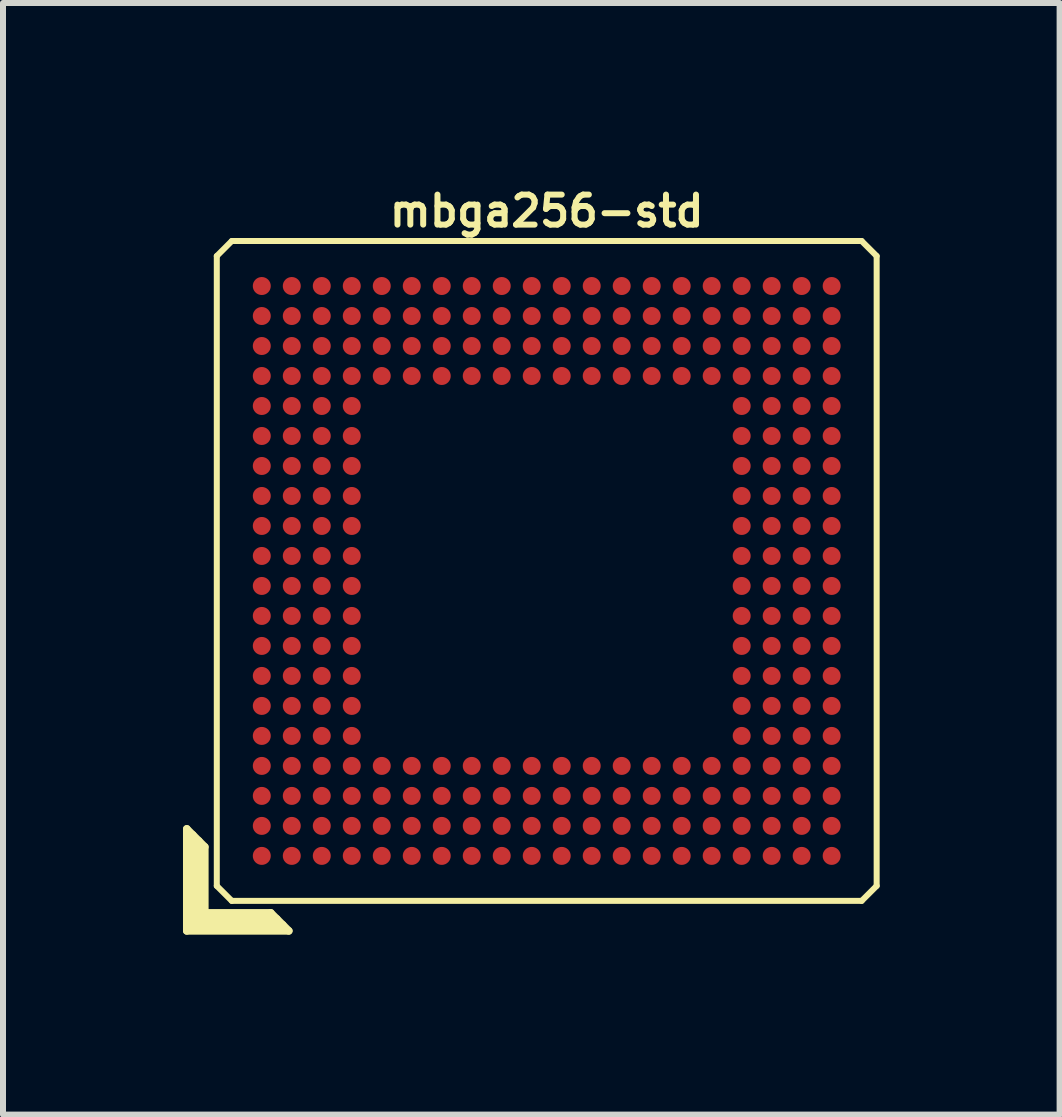
<source format=kicad_pcb>
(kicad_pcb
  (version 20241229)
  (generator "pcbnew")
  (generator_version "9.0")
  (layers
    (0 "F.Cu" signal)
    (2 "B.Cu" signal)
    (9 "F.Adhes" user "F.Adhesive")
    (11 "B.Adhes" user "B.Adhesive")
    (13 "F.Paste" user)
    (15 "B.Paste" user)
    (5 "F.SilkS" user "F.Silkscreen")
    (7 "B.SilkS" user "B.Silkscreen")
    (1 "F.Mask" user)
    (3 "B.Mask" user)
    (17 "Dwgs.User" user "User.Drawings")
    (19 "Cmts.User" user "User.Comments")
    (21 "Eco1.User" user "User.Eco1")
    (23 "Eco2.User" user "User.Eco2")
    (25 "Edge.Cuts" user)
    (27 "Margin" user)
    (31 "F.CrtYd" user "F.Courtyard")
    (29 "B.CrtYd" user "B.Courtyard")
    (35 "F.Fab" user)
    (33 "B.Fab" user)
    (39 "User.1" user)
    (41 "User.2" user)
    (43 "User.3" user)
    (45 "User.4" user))
  (footprint "mbga256-std"
    (layer "F.Cu")
    (at 6.064 6.468)
    (property "Reference" "mbga256-std" (at 0 -6 0) (layer "F.SilkS") (effects (font (size 0.5 0.5) (thickness 0.1))))
    (attr through_hole)
    (fp_line (start -6 4.3) (end -5.7 4.6) (stroke (width 0.127) (type solid)) (layer "F.SilkS"))
    (fp_line (start -6 6) (end -6 4.3) (stroke (width 0.127) (type solid)) (layer "F.SilkS"))
    (fp_line (start -5.9 4.4) (end -5.9 5.9) (stroke (width 0.127) (type solid)) (layer "F.SilkS"))
    (fp_line (start -5.9 5.9) (end -4.4 5.9) (stroke (width 0.127) (type solid)) (layer "F.SilkS"))
    (fp_line (start -5.8 5.8) (end -5.8 4.5) (stroke (width 0.127) (type solid)) (layer "F.SilkS"))
    (fp_line (start -5.7 4.6) (end -5.7 5.7) (stroke (width 0.127) (type solid)) (layer "F.SilkS"))
    (fp_line (start -5.7 5.7) (end -4.6 5.7) (stroke (width 0.127) (type solid)) (layer "F.SilkS"))
    (fp_line (start -5.5 -5.25) (end -5.5 5.25) (stroke (width 0.1) (type solid)) (layer "F.SilkS"))
    (fp_line (start -5.5 -5.25) (end -5.25 -5.5) (stroke (width 0.1) (type solid)) (layer "F.SilkS"))
    (fp_line (start -5.25 5.5) (end -5.5 5.25) (stroke (width 0.1) (type solid)) (layer "F.SilkS"))
    (fp_line (start -5.25 5.5) (end 5.25 5.5) (stroke (width 0.1) (type solid)) (layer "F.SilkS"))
    (fp_line (start -4.6 5.7) (end -4.3 6) (stroke (width 0.127) (type solid)) (layer "F.SilkS"))
    (fp_line (start -4.5 5.8) (end -5.8 5.8) (stroke (width 0.127) (type solid)) (layer "F.SilkS"))
    (fp_line (start -4.3 6) (end -6 6) (stroke (width 0.127) (type solid)) (layer "F.SilkS"))
    (fp_line (start 5.25 -5.5) (end -5.25 -5.5) (stroke (width 0.1) (type solid)) (layer "F.SilkS"))
    (fp_line (start 5.25 -5.5) (end 5.5 -5.25) (stroke (width 0.1) (type solid)) (layer "F.SilkS"))
    (fp_line (start 5.5 5.25) (end 5.25 5.5) (stroke (width 0.1) (type solid)) (layer "F.SilkS"))
    (fp_line (start 5.5 5.25) (end 5.5 -5.25) (stroke (width 0.1) (type solid)) (layer "F.SilkS"))
    (pad "A1" smd circle (at -4.75 4.75) (size 0.3 0.3) (layers "F.Cu" "F.Mask" "F.Paste"))
    (pad "A2" smd circle (at -4.75 4.25) (size 0.3 0.3) (layers "F.Cu" "F.Mask" "F.Paste"))
    (pad "A3" smd circle (at -4.75 3.75) (size 0.3 0.3) (layers "F.Cu" "F.Mask" "F.Paste"))
    (pad "A4" smd circle (at -4.75 3.25) (size 0.3 0.3) (layers "F.Cu" "F.Mask" "F.Paste"))
    (pad "A5" smd circle (at -4.75 2.75) (size 0.3 0.3) (layers "F.Cu" "F.Mask" "F.Paste"))
    (pad "A6" smd circle (at -4.75 2.25) (size 0.3 0.3) (layers "F.Cu" "F.Mask" "F.Paste"))
    (pad "A7" smd circle (at -4.75 1.75) (size 0.3 0.3) (layers "F.Cu" "F.Mask" "F.Paste"))
    (pad "A8" smd circle (at -4.75 1.25) (size 0.3 0.3) (layers "F.Cu" "F.Mask" "F.Paste"))
    (pad "A9" smd circle (at -4.75 0.75) (size 0.3 0.3) (layers "F.Cu" "F.Mask" "F.Paste"))
    (pad "A10" smd circle (at -4.75 0.25) (size 0.3 0.3) (layers "F.Cu" "F.Mask" "F.Paste"))
    (pad "A11" smd circle (at -4.75 -0.25) (size 0.3 0.3) (layers "F.Cu" "F.Mask" "F.Paste"))
    (pad "A12" smd circle (at -4.75 -0.75) (size 0.3 0.3) (layers "F.Cu" "F.Mask" "F.Paste"))
    (pad "A13" smd circle (at -4.75 -1.25) (size 0.3 0.3) (layers "F.Cu" "F.Mask" "F.Paste"))
    (pad "A14" smd circle (at -4.75 -1.75) (size 0.3 0.3) (layers "F.Cu" "F.Mask" "F.Paste"))
    (pad "A15" smd circle (at -4.75 -2.25) (size 0.3 0.3) (layers "F.Cu" "F.Mask" "F.Paste"))
    (pad "A16" smd circle (at -4.75 -2.75) (size 0.3 0.3) (layers "F.Cu" "F.Mask" "F.Paste"))
    (pad "A17" smd circle (at -4.75 -3.25) (size 0.3 0.3) (layers "F.Cu" "F.Mask" "F.Paste"))
    (pad "A18" smd circle (at -4.75 -3.75) (size 0.3 0.3) (layers "F.Cu" "F.Mask" "F.Paste"))
    (pad "A19" smd circle (at -4.75 -4.25) (size 0.3 0.3) (layers "F.Cu" "F.Mask" "F.Paste"))
    (pad "A20" smd circle (at -4.75 -4.75) (size 0.3 0.3) (layers "F.Cu" "F.Mask" "F.Paste"))
    (pad "B1" smd circle (at -4.25 4.75) (size 0.3 0.3) (layers "F.Cu" "F.Mask" "F.Paste"))
    (pad "B2" smd circle (at -4.25 4.25) (size 0.3 0.3) (layers "F.Cu" "F.Mask" "F.Paste"))
    (pad "B3" smd circle (at -4.25 3.75) (size 0.3 0.3) (layers "F.Cu" "F.Mask" "F.Paste"))
    (pad "B4" smd circle (at -4.25 3.25) (size 0.3 0.3) (layers "F.Cu" "F.Mask" "F.Paste"))
    (pad "B5" smd circle (at -4.25 2.75) (size 0.3 0.3) (layers "F.Cu" "F.Mask" "F.Paste"))
    (pad "B6" smd circle (at -4.25 2.25) (size 0.3 0.3) (layers "F.Cu" "F.Mask" "F.Paste"))
    (pad "B7" smd circle (at -4.25 1.75) (size 0.3 0.3) (layers "F.Cu" "F.Mask" "F.Paste"))
    (pad "B8" smd circle (at -4.25 1.25) (size 0.3 0.3) (layers "F.Cu" "F.Mask" "F.Paste"))
    (pad "B9" smd circle (at -4.25 0.75) (size 0.3 0.3) (layers "F.Cu" "F.Mask" "F.Paste"))
    (pad "B10" smd circle (at -4.25 0.25) (size 0.3 0.3) (layers "F.Cu" "F.Mask" "F.Paste"))
    (pad "B11" smd circle (at -4.25 -0.25) (size 0.3 0.3) (layers "F.Cu" "F.Mask" "F.Paste"))
    (pad "B12" smd circle (at -4.25 -0.75) (size 0.3 0.3) (layers "F.Cu" "F.Mask" "F.Paste"))
    (pad "B13" smd circle (at -4.25 -1.25) (size 0.3 0.3) (layers "F.Cu" "F.Mask" "F.Paste"))
    (pad "B14" smd circle (at -4.25 -1.75) (size 0.3 0.3) (layers "F.Cu" "F.Mask" "F.Paste"))
    (pad "B15" smd circle (at -4.25 -2.25) (size 0.3 0.3) (layers "F.Cu" "F.Mask" "F.Paste"))
    (pad "B16" smd circle (at -4.25 -2.75) (size 0.3 0.3) (layers "F.Cu" "F.Mask" "F.Paste"))
    (pad "B17" smd circle (at -4.25 -3.25) (size 0.3 0.3) (layers "F.Cu" "F.Mask" "F.Paste"))
    (pad "B18" smd circle (at -4.25 -3.75) (size 0.3 0.3) (layers "F.Cu" "F.Mask" "F.Paste"))
    (pad "B19" smd circle (at -4.25 -4.25) (size 0.3 0.3) (layers "F.Cu" "F.Mask" "F.Paste"))
    (pad "B20" smd circle (at -4.25 -4.75) (size 0.3 0.3) (layers "F.Cu" "F.Mask" "F.Paste"))
    (pad "C1" smd circle (at -3.75 4.75) (size 0.3 0.3) (layers "F.Cu" "F.Mask" "F.Paste"))
    (pad "C2" smd circle (at -3.75 4.25) (size 0.3 0.3) (layers "F.Cu" "F.Mask" "F.Paste"))
    (pad "C3" smd circle (at -3.75 3.75) (size 0.3 0.3) (layers "F.Cu" "F.Mask" "F.Paste"))
    (pad "C4" smd circle (at -3.75 3.25) (size 0.3 0.3) (layers "F.Cu" "F.Mask" "F.Paste"))
    (pad "C5" smd circle (at -3.75 2.75) (size 0.3 0.3) (layers "F.Cu" "F.Mask" "F.Paste"))
    (pad "C6" smd circle (at -3.75 2.25) (size 0.3 0.3) (layers "F.Cu" "F.Mask" "F.Paste"))
    (pad "C7" smd circle (at -3.75 1.75) (size 0.3 0.3) (layers "F.Cu" "F.Mask" "F.Paste"))
    (pad "C8" smd circle (at -3.75 1.25) (size 0.3 0.3) (layers "F.Cu" "F.Mask" "F.Paste"))
    (pad "C9" smd circle (at -3.75 0.75) (size 0.3 0.3) (layers "F.Cu" "F.Mask" "F.Paste"))
    (pad "C10" smd circle (at -3.75 0.25) (size 0.3 0.3) (layers "F.Cu" "F.Mask" "F.Paste"))
    (pad "C11" smd circle (at -3.75 -0.25) (size 0.3 0.3) (layers "F.Cu" "F.Mask" "F.Paste"))
    (pad "C12" smd circle (at -3.75 -0.75) (size 0.3 0.3) (layers "F.Cu" "F.Mask" "F.Paste"))
    (pad "C13" smd circle (at -3.75 -1.25) (size 0.3 0.3) (layers "F.Cu" "F.Mask" "F.Paste"))
    (pad "C14" smd circle (at -3.75 -1.75) (size 0.3 0.3) (layers "F.Cu" "F.Mask" "F.Paste"))
    (pad "C15" smd circle (at -3.75 -2.25) (size 0.3 0.3) (layers "F.Cu" "F.Mask" "F.Paste"))
    (pad "C16" smd circle (at -3.75 -2.75) (size 0.3 0.3) (layers "F.Cu" "F.Mask" "F.Paste"))
    (pad "C17" smd circle (at -3.75 -3.25) (size 0.3 0.3) (layers "F.Cu" "F.Mask" "F.Paste"))
    (pad "C18" smd circle (at -3.75 -3.75) (size 0.3 0.3) (layers "F.Cu" "F.Mask" "F.Paste"))
    (pad "C19" smd circle (at -3.75 -4.25) (size 0.3 0.3) (layers "F.Cu" "F.Mask" "F.Paste"))
    (pad "C20" smd circle (at -3.75 -4.75) (size 0.3 0.3) (layers "F.Cu" "F.Mask" "F.Paste"))
    (pad "D1" smd circle (at -3.25 4.75) (size 0.3 0.3) (layers "F.Cu" "F.Mask" "F.Paste"))
    (pad "D2" smd circle (at -3.25 4.25) (size 0.3 0.3) (layers "F.Cu" "F.Mask" "F.Paste"))
    (pad "D3" smd circle (at -3.25 3.75) (size 0.3 0.3) (layers "F.Cu" "F.Mask" "F.Paste"))
    (pad "D4" smd circle (at -3.25 3.25) (size 0.3 0.3) (layers "F.Cu" "F.Mask" "F.Paste"))
    (pad "D5" smd circle (at -3.25 2.75) (size 0.3 0.3) (layers "F.Cu" "F.Mask" "F.Paste"))
    (pad "D6" smd circle (at -3.25 2.25) (size 0.3 0.3) (layers "F.Cu" "F.Mask" "F.Paste"))
    (pad "D7" smd circle (at -3.25 1.75) (size 0.3 0.3) (layers "F.Cu" "F.Mask" "F.Paste"))
    (pad "D8" smd circle (at -3.25 1.25) (size 0.3 0.3) (layers "F.Cu" "F.Mask" "F.Paste"))
    (pad "D9" smd circle (at -3.25 0.75) (size 0.3 0.3) (layers "F.Cu" "F.Mask" "F.Paste"))
    (pad "D10" smd circle (at -3.25 0.25) (size 0.3 0.3) (layers "F.Cu" "F.Mask" "F.Paste"))
    (pad "D11" smd circle (at -3.25 -0.25) (size 0.3 0.3) (layers "F.Cu" "F.Mask" "F.Paste"))
    (pad "D12" smd circle (at -3.25 -0.75) (size 0.3 0.3) (layers "F.Cu" "F.Mask" "F.Paste"))
    (pad "D13" smd circle (at -3.25 -1.25) (size 0.3 0.3) (layers "F.Cu" "F.Mask" "F.Paste"))
    (pad "D14" smd circle (at -3.25 -1.75) (size 0.3 0.3) (layers "F.Cu" "F.Mask" "F.Paste"))
    (pad "D15" smd circle (at -3.25 -2.25) (size 0.3 0.3) (layers "F.Cu" "F.Mask" "F.Paste"))
    (pad "D16" smd circle (at -3.25 -2.75) (size 0.3 0.3) (layers "F.Cu" "F.Mask" "F.Paste"))
    (pad "D17" smd circle (at -3.25 -3.25) (size 0.3 0.3) (layers "F.Cu" "F.Mask" "F.Paste"))
    (pad "D18" smd circle (at -3.25 -3.75) (size 0.3 0.3) (layers "F.Cu" "F.Mask" "F.Paste"))
    (pad "D19" smd circle (at -3.25 -4.25) (size 0.3 0.3) (layers "F.Cu" "F.Mask" "F.Paste"))
    (pad "D20" smd circle (at -3.25 -4.75) (size 0.3 0.3) (layers "F.Cu" "F.Mask" "F.Paste"))
    (pad "E1" smd circle (at -2.75 4.75) (size 0.3 0.3) (layers "F.Cu" "F.Mask" "F.Paste"))
    (pad "E2" smd circle (at -2.75 4.25) (size 0.3 0.3) (layers "F.Cu" "F.Mask" "F.Paste"))
    (pad "E3" smd circle (at -2.75 3.75) (size 0.3 0.3) (layers "F.Cu" "F.Mask" "F.Paste"))
    (pad "E4" smd circle (at -2.75 3.25) (size 0.3 0.3) (layers "F.Cu" "F.Mask" "F.Paste"))
    (pad "E17" smd circle (at -2.75 -3.25) (size 0.3 0.3) (layers "F.Cu" "F.Mask" "F.Paste"))
    (pad "E18" smd circle (at -2.75 -3.75) (size 0.3 0.3) (layers "F.Cu" "F.Mask" "F.Paste"))
    (pad "E19" smd circle (at -2.75 -4.25) (size 0.3 0.3) (layers "F.Cu" "F.Mask" "F.Paste"))
    (pad "E20" smd circle (at -2.75 -4.75) (size 0.3 0.3) (layers "F.Cu" "F.Mask" "F.Paste"))
    (pad "F1" smd circle (at -2.25 4.75) (size 0.3 0.3) (layers "F.Cu" "F.Mask" "F.Paste"))
    (pad "F2" smd circle (at -2.25 4.25) (size 0.3 0.3) (layers "F.Cu" "F.Mask" "F.Paste"))
    (pad "F3" smd circle (at -2.25 3.75) (size 0.3 0.3) (layers "F.Cu" "F.Mask" "F.Paste"))
    (pad "F4" smd circle (at -2.25 3.25) (size 0.3 0.3) (layers "F.Cu" "F.Mask" "F.Paste"))
    (pad "F17" smd circle (at -2.25 -3.25) (size 0.3 0.3) (layers "F.Cu" "F.Mask" "F.Paste"))
    (pad "F18" smd circle (at -2.25 -3.75) (size 0.3 0.3) (layers "F.Cu" "F.Mask" "F.Paste"))
    (pad "F19" smd circle (at -2.25 -4.25) (size 0.3 0.3) (layers "F.Cu" "F.Mask" "F.Paste"))
    (pad "F20" smd circle (at -2.25 -4.75) (size 0.3 0.3) (layers "F.Cu" "F.Mask" "F.Paste"))
    (pad "G1" smd circle (at -1.75 4.75) (size 0.3 0.3) (layers "F.Cu" "F.Mask" "F.Paste"))
    (pad "G2" smd circle (at -1.75 4.25) (size 0.3 0.3) (layers "F.Cu" "F.Mask" "F.Paste"))
    (pad "G3" smd circle (at -1.75 3.75) (size 0.3 0.3) (layers "F.Cu" "F.Mask" "F.Paste"))
    (pad "G4" smd circle (at -1.75 3.25) (size 0.3 0.3) (layers "F.Cu" "F.Mask" "F.Paste"))
    (pad "G17" smd circle (at -1.75 -3.25) (size 0.3 0.3) (layers "F.Cu" "F.Mask" "F.Paste"))
    (pad "G18" smd circle (at -1.75 -3.75) (size 0.3 0.3) (layers "F.Cu" "F.Mask" "F.Paste"))
    (pad "G19" smd circle (at -1.75 -4.25) (size 0.3 0.3) (layers "F.Cu" "F.Mask" "F.Paste"))
    (pad "G20" smd circle (at -1.75 -4.75) (size 0.3 0.3) (layers "F.Cu" "F.Mask" "F.Paste"))
    (pad "H1" smd circle (at -1.25 4.75) (size 0.3 0.3) (layers "F.Cu" "F.Mask" "F.Paste"))
    (pad "H2" smd circle (at -1.25 4.25) (size 0.3 0.3) (layers "F.Cu" "F.Mask" "F.Paste"))
    (pad "H3" smd circle (at -1.25 3.75) (size 0.3 0.3) (layers "F.Cu" "F.Mask" "F.Paste"))
    (pad "H4" smd circle (at -1.25 3.25) (size 0.3 0.3) (layers "F.Cu" "F.Mask" "F.Paste"))
    (pad "H17" smd circle (at -1.25 -3.25) (size 0.3 0.3) (layers "F.Cu" "F.Mask" "F.Paste"))
    (pad "H18" smd circle (at -1.25 -3.75) (size 0.3 0.3) (layers "F.Cu" "F.Mask" "F.Paste"))
    (pad "H19" smd circle (at -1.25 -4.25) (size 0.3 0.3) (layers "F.Cu" "F.Mask" "F.Paste"))
    (pad "H20" smd circle (at -1.25 -4.75) (size 0.3 0.3) (layers "F.Cu" "F.Mask" "F.Paste"))
    (pad "J1" smd circle (at -0.75 4.75) (size 0.3 0.3) (layers "F.Cu" "F.Mask" "F.Paste"))
    (pad "J2" smd circle (at -0.75 4.25) (size 0.3 0.3) (layers "F.Cu" "F.Mask" "F.Paste"))
    (pad "J3" smd circle (at -0.75 3.75) (size 0.3 0.3) (layers "F.Cu" "F.Mask" "F.Paste"))
    (pad "J4" smd circle (at -0.75 3.25) (size 0.3 0.3) (layers "F.Cu" "F.Mask" "F.Paste"))
    (pad "J17" smd circle (at -0.75 -3.25) (size 0.3 0.3) (layers "F.Cu" "F.Mask" "F.Paste"))
    (pad "J18" smd circle (at -0.75 -3.75) (size 0.3 0.3) (layers "F.Cu" "F.Mask" "F.Paste"))
    (pad "J19" smd circle (at -0.75 -4.25) (size 0.3 0.3) (layers "F.Cu" "F.Mask" "F.Paste"))
    (pad "J20" smd circle (at -0.75 -4.75) (size 0.3 0.3) (layers "F.Cu" "F.Mask" "F.Paste"))
    (pad "K1" smd circle (at -0.25 4.75) (size 0.3 0.3) (layers "F.Cu" "F.Mask" "F.Paste"))
    (pad "K2" smd circle (at -0.25 4.25) (size 0.3 0.3) (layers "F.Cu" "F.Mask" "F.Paste"))
    (pad "K3" smd circle (at -0.25 3.75) (size 0.3 0.3) (layers "F.Cu" "F.Mask" "F.Paste"))
    (pad "K4" smd circle (at -0.25 3.25) (size 0.3 0.3) (layers "F.Cu" "F.Mask" "F.Paste"))
    (pad "K17" smd circle (at -0.25 -3.25) (size 0.3 0.3) (layers "F.Cu" "F.Mask" "F.Paste"))
    (pad "K18" smd circle (at -0.25 -3.75) (size 0.3 0.3) (layers "F.Cu" "F.Mask" "F.Paste"))
    (pad "K19" smd circle (at -0.25 -4.25) (size 0.3 0.3) (layers "F.Cu" "F.Mask" "F.Paste"))
    (pad "K20" smd circle (at -0.25 -4.75) (size 0.3 0.3) (layers "F.Cu" "F.Mask" "F.Paste"))
    (pad "L1" smd circle (at 0.25 4.75) (size 0.3 0.3) (layers "F.Cu" "F.Mask" "F.Paste"))
    (pad "L2" smd circle (at 0.25 4.25) (size 0.3 0.3) (layers "F.Cu" "F.Mask" "F.Paste"))
    (pad "L3" smd circle (at 0.25 3.75) (size 0.3 0.3) (layers "F.Cu" "F.Mask" "F.Paste"))
    (pad "L4" smd circle (at 0.25 3.25) (size 0.3 0.3) (layers "F.Cu" "F.Mask" "F.Paste"))
    (pad "L17" smd circle (at 0.25 -3.25) (size 0.3 0.3) (layers "F.Cu" "F.Mask" "F.Paste"))
    (pad "L18" smd circle (at 0.25 -3.75) (size 0.3 0.3) (layers "F.Cu" "F.Mask" "F.Paste"))
    (pad "L19" smd circle (at 0.25 -4.25) (size 0.3 0.3) (layers "F.Cu" "F.Mask" "F.Paste"))
    (pad "L20" smd circle (at 0.25 -4.75) (size 0.3 0.3) (layers "F.Cu" "F.Mask" "F.Paste"))
    (pad "M1" smd circle (at 0.75 4.75) (size 0.3 0.3) (layers "F.Cu" "F.Mask" "F.Paste"))
    (pad "M2" smd circle (at 0.75 4.25) (size 0.3 0.3) (layers "F.Cu" "F.Mask" "F.Paste"))
    (pad "M3" smd circle (at 0.75 3.75) (size 0.3 0.3) (layers "F.Cu" "F.Mask" "F.Paste"))
    (pad "M4" smd circle (at 0.75 3.25) (size 0.3 0.3) (layers "F.Cu" "F.Mask" "F.Paste"))
    (pad "M17" smd circle (at 0.75 -3.25) (size 0.3 0.3) (layers "F.Cu" "F.Mask" "F.Paste"))
    (pad "M18" smd circle (at 0.75 -3.75) (size 0.3 0.3) (layers "F.Cu" "F.Mask" "F.Paste"))
    (pad "M19" smd circle (at 0.75 -4.25) (size 0.3 0.3) (layers "F.Cu" "F.Mask" "F.Paste"))
    (pad "M20" smd circle (at 0.75 -4.75) (size 0.3 0.3) (layers "F.Cu" "F.Mask" "F.Paste"))
    (pad "N1" smd circle (at 1.25 4.75) (size 0.3 0.3) (layers "F.Cu" "F.Mask" "F.Paste"))
    (pad "N2" smd circle (at 1.25 4.25) (size 0.3 0.3) (layers "F.Cu" "F.Mask" "F.Paste"))
    (pad "N3" smd circle (at 1.25 3.75) (size 0.3 0.3) (layers "F.Cu" "F.Mask" "F.Paste"))
    (pad "N4" smd circle (at 1.25 3.25) (size 0.3 0.3) (layers "F.Cu" "F.Mask" "F.Paste"))
    (pad "N17" smd circle (at 1.25 -3.25) (size 0.3 0.3) (layers "F.Cu" "F.Mask" "F.Paste"))
    (pad "N18" smd circle (at 1.25 -3.75) (size 0.3 0.3) (layers "F.Cu" "F.Mask" "F.Paste"))
    (pad "N19" smd circle (at 1.25 -4.25) (size 0.3 0.3) (layers "F.Cu" "F.Mask" "F.Paste"))
    (pad "N20" smd circle (at 1.25 -4.75) (size 0.3 0.3) (layers "F.Cu" "F.Mask" "F.Paste"))
    (pad "P1" smd circle (at 1.75 4.75) (size 0.3 0.3) (layers "F.Cu" "F.Mask" "F.Paste"))
    (pad "P2" smd circle (at 1.75 4.25) (size 0.3 0.3) (layers "F.Cu" "F.Mask" "F.Paste"))
    (pad "P3" smd circle (at 1.75 3.75) (size 0.3 0.3) (layers "F.Cu" "F.Mask" "F.Paste"))
    (pad "P4" smd circle (at 1.75 3.25) (size 0.3 0.3) (layers "F.Cu" "F.Mask" "F.Paste"))
    (pad "P17" smd circle (at 1.75 -3.25) (size 0.3 0.3) (layers "F.Cu" "F.Mask" "F.Paste"))
    (pad "P18" smd circle (at 1.75 -3.75) (size 0.3 0.3) (layers "F.Cu" "F.Mask" "F.Paste"))
    (pad "P19" smd circle (at 1.75 -4.25) (size 0.3 0.3) (layers "F.Cu" "F.Mask" "F.Paste"))
    (pad "P20" smd circle (at 1.75 -4.75) (size 0.3 0.3) (layers "F.Cu" "F.Mask" "F.Paste"))
    (pad "R1" smd circle (at 2.25 4.75) (size 0.3 0.3) (layers "F.Cu" "F.Mask" "F.Paste"))
    (pad "R2" smd circle (at 2.25 4.25) (size 0.3 0.3) (layers "F.Cu" "F.Mask" "F.Paste"))
    (pad "R3" smd circle (at 2.25 3.75) (size 0.3 0.3) (layers "F.Cu" "F.Mask" "F.Paste"))
    (pad "R4" smd circle (at 2.25 3.25) (size 0.3 0.3) (layers "F.Cu" "F.Mask" "F.Paste"))
    (pad "R17" smd circle (at 2.25 -3.25) (size 0.3 0.3) (layers "F.Cu" "F.Mask" "F.Paste"))
    (pad "R18" smd circle (at 2.25 -3.75) (size 0.3 0.3) (layers "F.Cu" "F.Mask" "F.Paste"))
    (pad "R19" smd circle (at 2.25 -4.25) (size 0.3 0.3) (layers "F.Cu" "F.Mask" "F.Paste"))
    (pad "R20" smd circle (at 2.25 -4.75) (size 0.3 0.3) (layers "F.Cu" "F.Mask" "F.Paste"))
    (pad "T1" smd circle (at 2.75 4.75) (size 0.3 0.3) (layers "F.Cu" "F.Mask" "F.Paste"))
    (pad "T2" smd circle (at 2.75 4.25) (size 0.3 0.3) (layers "F.Cu" "F.Mask" "F.Paste"))
    (pad "T3" smd circle (at 2.75 3.75) (size 0.3 0.3) (layers "F.Cu" "F.Mask" "F.Paste"))
    (pad "T4" smd circle (at 2.75 3.25) (size 0.3 0.3) (layers "F.Cu" "F.Mask" "F.Paste"))
    (pad "T17" smd circle (at 2.75 -3.25) (size 0.3 0.3) (layers "F.Cu" "F.Mask" "F.Paste"))
    (pad "T18" smd circle (at 2.75 -3.75) (size 0.3 0.3) (layers "F.Cu" "F.Mask" "F.Paste"))
    (pad "T19" smd circle (at 2.75 -4.25) (size 0.3 0.3) (layers "F.Cu" "F.Mask" "F.Paste"))
    (pad "T20" smd circle (at 2.75 -4.75) (size 0.3 0.3) (layers "F.Cu" "F.Mask" "F.Paste"))
    (pad "U1" smd circle (at 3.25 4.75) (size 0.3 0.3) (layers "F.Cu" "F.Mask" "F.Paste"))
    (pad "U2" smd circle (at 3.25 4.25) (size 0.3 0.3) (layers "F.Cu" "F.Mask" "F.Paste"))
    (pad "U3" smd circle (at 3.25 3.75) (size 0.3 0.3) (layers "F.Cu" "F.Mask" "F.Paste"))
    (pad "U4" smd circle (at 3.25 3.25) (size 0.3 0.3) (layers "F.Cu" "F.Mask" "F.Paste"))
    (pad "U5" smd circle (at 3.25 2.75) (size 0.3 0.3) (layers "F.Cu" "F.Mask" "F.Paste"))
    (pad "U6" smd circle (at 3.25 2.25) (size 0.3 0.3) (layers "F.Cu" "F.Mask" "F.Paste"))
    (pad "U7" smd circle (at 3.25 1.75) (size 0.3 0.3) (layers "F.Cu" "F.Mask" "F.Paste"))
    (pad "U8" smd circle (at 3.25 1.25) (size 0.3 0.3) (layers "F.Cu" "F.Mask" "F.Paste"))
    (pad "U9" smd circle (at 3.25 0.75) (size 0.3 0.3) (layers "F.Cu" "F.Mask" "F.Paste"))
    (pad "U10" smd circle (at 3.25 0.25) (size 0.3 0.3) (layers "F.Cu" "F.Mask" "F.Paste"))
    (pad "U11" smd circle (at 3.25 -0.25) (size 0.3 0.3) (layers "F.Cu" "F.Mask" "F.Paste"))
    (pad "U12" smd circle (at 3.25 -0.75) (size 0.3 0.3) (layers "F.Cu" "F.Mask" "F.Paste"))
    (pad "U13" smd circle (at 3.25 -1.25) (size 0.3 0.3) (layers "F.Cu" "F.Mask" "F.Paste"))
    (pad "U14" smd circle (at 3.25 -1.75) (size 0.3 0.3) (layers "F.Cu" "F.Mask" "F.Paste"))
    (pad "U15" smd circle (at 3.25 -2.25) (size 0.3 0.3) (layers "F.Cu" "F.Mask" "F.Paste"))
    (pad "U16" smd circle (at 3.25 -2.75) (size 0.3 0.3) (layers "F.Cu" "F.Mask" "F.Paste"))
    (pad "U17" smd circle (at 3.25 -3.25) (size 0.3 0.3) (layers "F.Cu" "F.Mask" "F.Paste"))
    (pad "U18" smd circle (at 3.25 -3.75) (size 0.3 0.3) (layers "F.Cu" "F.Mask" "F.Paste"))
    (pad "U19" smd circle (at 3.25 -4.25) (size 0.3 0.3) (layers "F.Cu" "F.Mask" "F.Paste"))
    (pad "U20" smd circle (at 3.25 -4.75) (size 0.3 0.3) (layers "F.Cu" "F.Mask" "F.Paste"))
    (pad "V1" smd circle (at 3.75 4.75) (size 0.3 0.3) (layers "F.Cu" "F.Mask" "F.Paste"))
    (pad "V2" smd circle (at 3.75 4.25) (size 0.3 0.3) (layers "F.Cu" "F.Mask" "F.Paste"))
    (pad "V3" smd circle (at 3.75 3.75) (size 0.3 0.3) (layers "F.Cu" "F.Mask" "F.Paste"))
    (pad "V4" smd circle (at 3.75 3.25) (size 0.3 0.3) (layers "F.Cu" "F.Mask" "F.Paste"))
    (pad "V5" smd circle (at 3.75 2.75) (size 0.3 0.3) (layers "F.Cu" "F.Mask" "F.Paste"))
    (pad "V6" smd circle (at 3.75 2.25) (size 0.3 0.3) (layers "F.Cu" "F.Mask" "F.Paste"))
    (pad "V7" smd circle (at 3.75 1.75) (size 0.3 0.3) (layers "F.Cu" "F.Mask" "F.Paste"))
    (pad "V8" smd circle (at 3.75 1.25) (size 0.3 0.3) (layers "F.Cu" "F.Mask" "F.Paste"))
    (pad "V9" smd circle (at 3.75 0.75) (size 0.3 0.3) (layers "F.Cu" "F.Mask" "F.Paste"))
    (pad "V10" smd circle (at 3.75 0.25) (size 0.3 0.3) (layers "F.Cu" "F.Mask" "F.Paste"))
    (pad "V11" smd circle (at 3.75 -0.25) (size 0.3 0.3) (layers "F.Cu" "F.Mask" "F.Paste"))
    (pad "V12" smd circle (at 3.75 -0.75) (size 0.3 0.3) (layers "F.Cu" "F.Mask" "F.Paste"))
    (pad "V13" smd circle (at 3.75 -1.25) (size 0.3 0.3) (layers "F.Cu" "F.Mask" "F.Paste"))
    (pad "V14" smd circle (at 3.75 -1.75) (size 0.3 0.3) (layers "F.Cu" "F.Mask" "F.Paste"))
    (pad "V15" smd circle (at 3.75 -2.25) (size 0.3 0.3) (layers "F.Cu" "F.Mask" "F.Paste"))
    (pad "V16" smd circle (at 3.75 -2.75) (size 0.3 0.3) (layers "F.Cu" "F.Mask" "F.Paste"))
    (pad "V17" smd circle (at 3.75 -3.25) (size 0.3 0.3) (layers "F.Cu" "F.Mask" "F.Paste"))
    (pad "V18" smd circle (at 3.75 -3.75) (size 0.3 0.3) (layers "F.Cu" "F.Mask" "F.Paste"))
    (pad "V19" smd circle (at 3.75 -4.25) (size 0.3 0.3) (layers "F.Cu" "F.Mask" "F.Paste"))
    (pad "V20" smd circle (at 3.75 -4.75) (size 0.3 0.3) (layers "F.Cu" "F.Mask" "F.Paste"))
    (pad "W1" smd circle (at 4.25 4.75) (size 0.3 0.3) (layers "F.Cu" "F.Mask" "F.Paste"))
    (pad "W2" smd circle (at 4.25 4.25) (size 0.3 0.3) (layers "F.Cu" "F.Mask" "F.Paste"))
    (pad "W3" smd circle (at 4.25 3.75) (size 0.3 0.3) (layers "F.Cu" "F.Mask" "F.Paste"))
    (pad "W4" smd circle (at 4.25 3.25) (size 0.3 0.3) (layers "F.Cu" "F.Mask" "F.Paste"))
    (pad "W5" smd circle (at 4.25 2.75) (size 0.3 0.3) (layers "F.Cu" "F.Mask" "F.Paste"))
    (pad "W6" smd circle (at 4.25 2.25) (size 0.3 0.3) (layers "F.Cu" "F.Mask" "F.Paste"))
    (pad "W7" smd circle (at 4.25 1.75) (size 0.3 0.3) (layers "F.Cu" "F.Mask" "F.Paste"))
    (pad "W8" smd circle (at 4.25 1.25) (size 0.3 0.3) (layers "F.Cu" "F.Mask" "F.Paste"))
    (pad "W9" smd circle (at 4.25 0.75) (size 0.3 0.3) (layers "F.Cu" "F.Mask" "F.Paste"))
    (pad "W10" smd circle (at 4.25 0.25) (size 0.3 0.3) (layers "F.Cu" "F.Mask" "F.Paste"))
    (pad "W11" smd circle (at 4.25 -0.25) (size 0.3 0.3) (layers "F.Cu" "F.Mask" "F.Paste"))
    (pad "W12" smd circle (at 4.25 -0.75) (size 0.3 0.3) (layers "F.Cu" "F.Mask" "F.Paste"))
    (pad "W13" smd circle (at 4.25 -1.25) (size 0.3 0.3) (layers "F.Cu" "F.Mask" "F.Paste"))
    (pad "W14" smd circle (at 4.25 -1.75) (size 0.3 0.3) (layers "F.Cu" "F.Mask" "F.Paste"))
    (pad "W15" smd circle (at 4.25 -2.25) (size 0.3 0.3) (layers "F.Cu" "F.Mask" "F.Paste"))
    (pad "W16" smd circle (at 4.25 -2.75) (size 0.3 0.3) (layers "F.Cu" "F.Mask" "F.Paste"))
    (pad "W17" smd circle (at 4.25 -3.25) (size 0.3 0.3) (layers "F.Cu" "F.Mask" "F.Paste"))
    (pad "W18" smd circle (at 4.25 -3.75) (size 0.3 0.3) (layers "F.Cu" "F.Mask" "F.Paste"))
    (pad "W19" smd circle (at 4.25 -4.25) (size 0.3 0.3) (layers "F.Cu" "F.Mask" "F.Paste"))
    (pad "W20" smd circle (at 4.25 -4.75) (size 0.3 0.3) (layers "F.Cu" "F.Mask" "F.Paste"))
    (pad "Y1" smd circle (at 4.75 4.75) (size 0.3 0.3) (layers "F.Cu" "F.Mask" "F.Paste"))
    (pad "Y2" smd circle (at 4.75 4.25) (size 0.3 0.3) (layers "F.Cu" "F.Mask" "F.Paste"))
    (pad "Y3" smd circle (at 4.75 3.75) (size 0.3 0.3) (layers "F.Cu" "F.Mask" "F.Paste"))
    (pad "Y4" smd circle (at 4.75 3.25) (size 0.3 0.3) (layers "F.Cu" "F.Mask" "F.Paste"))
    (pad "Y5" smd circle (at 4.75 2.75) (size 0.3 0.3) (layers "F.Cu" "F.Mask" "F.Paste"))
    (pad "Y6" smd circle (at 4.75 2.25) (size 0.3 0.3) (layers "F.Cu" "F.Mask" "F.Paste"))
    (pad "Y7" smd circle (at 4.75 1.75) (size 0.3 0.3) (layers "F.Cu" "F.Mask" "F.Paste"))
    (pad "Y8" smd circle (at 4.75 1.25) (size 0.3 0.3) (layers "F.Cu" "F.Mask" "F.Paste"))
    (pad "Y9" smd circle (at 4.75 0.75) (size 0.3 0.3) (layers "F.Cu" "F.Mask" "F.Paste"))
    (pad "Y10" smd circle (at 4.75 0.25) (size 0.3 0.3) (layers "F.Cu" "F.Mask" "F.Paste"))
    (pad "Y11" smd circle (at 4.75 -0.25) (size 0.3 0.3) (layers "F.Cu" "F.Mask" "F.Paste"))
    (pad "Y12" smd circle (at 4.75 -0.75) (size 0.3 0.3) (layers "F.Cu" "F.Mask" "F.Paste"))
    (pad "Y13" smd circle (at 4.75 -1.25) (size 0.3 0.3) (layers "F.Cu" "F.Mask" "F.Paste"))
    (pad "Y14" smd circle (at 4.75 -1.75) (size 0.3 0.3) (layers "F.Cu" "F.Mask" "F.Paste"))
    (pad "Y15" smd circle (at 4.75 -2.25) (size 0.3 0.3) (layers "F.Cu" "F.Mask" "F.Paste"))
    (pad "Y16" smd circle (at 4.75 -2.75) (size 0.3 0.3) (layers "F.Cu" "F.Mask" "F.Paste"))
    (pad "Y17" smd circle (at 4.75 -3.25) (size 0.3 0.3) (layers "F.Cu" "F.Mask" "F.Paste"))
    (pad "Y18" smd circle (at 4.75 -3.75) (size 0.3 0.3) (layers "F.Cu" "F.Mask" "F.Paste"))
    (pad "Y19" smd circle (at 4.75 -4.25) (size 0.3 0.3) (layers "F.Cu" "F.Mask" "F.Paste"))
    (pad "Y20" smd circle (at 4.75 -4.75) (size 0.3 0.3) (layers "F.Cu" "F.Mask" "F.Paste")))
  (gr_rect
    (start -3 -3)
    (end 14.614 15.531)
    (stroke (width 0.1) (type default))
    (fill no)
    (layer "Edge.Cuts")))
</source>
